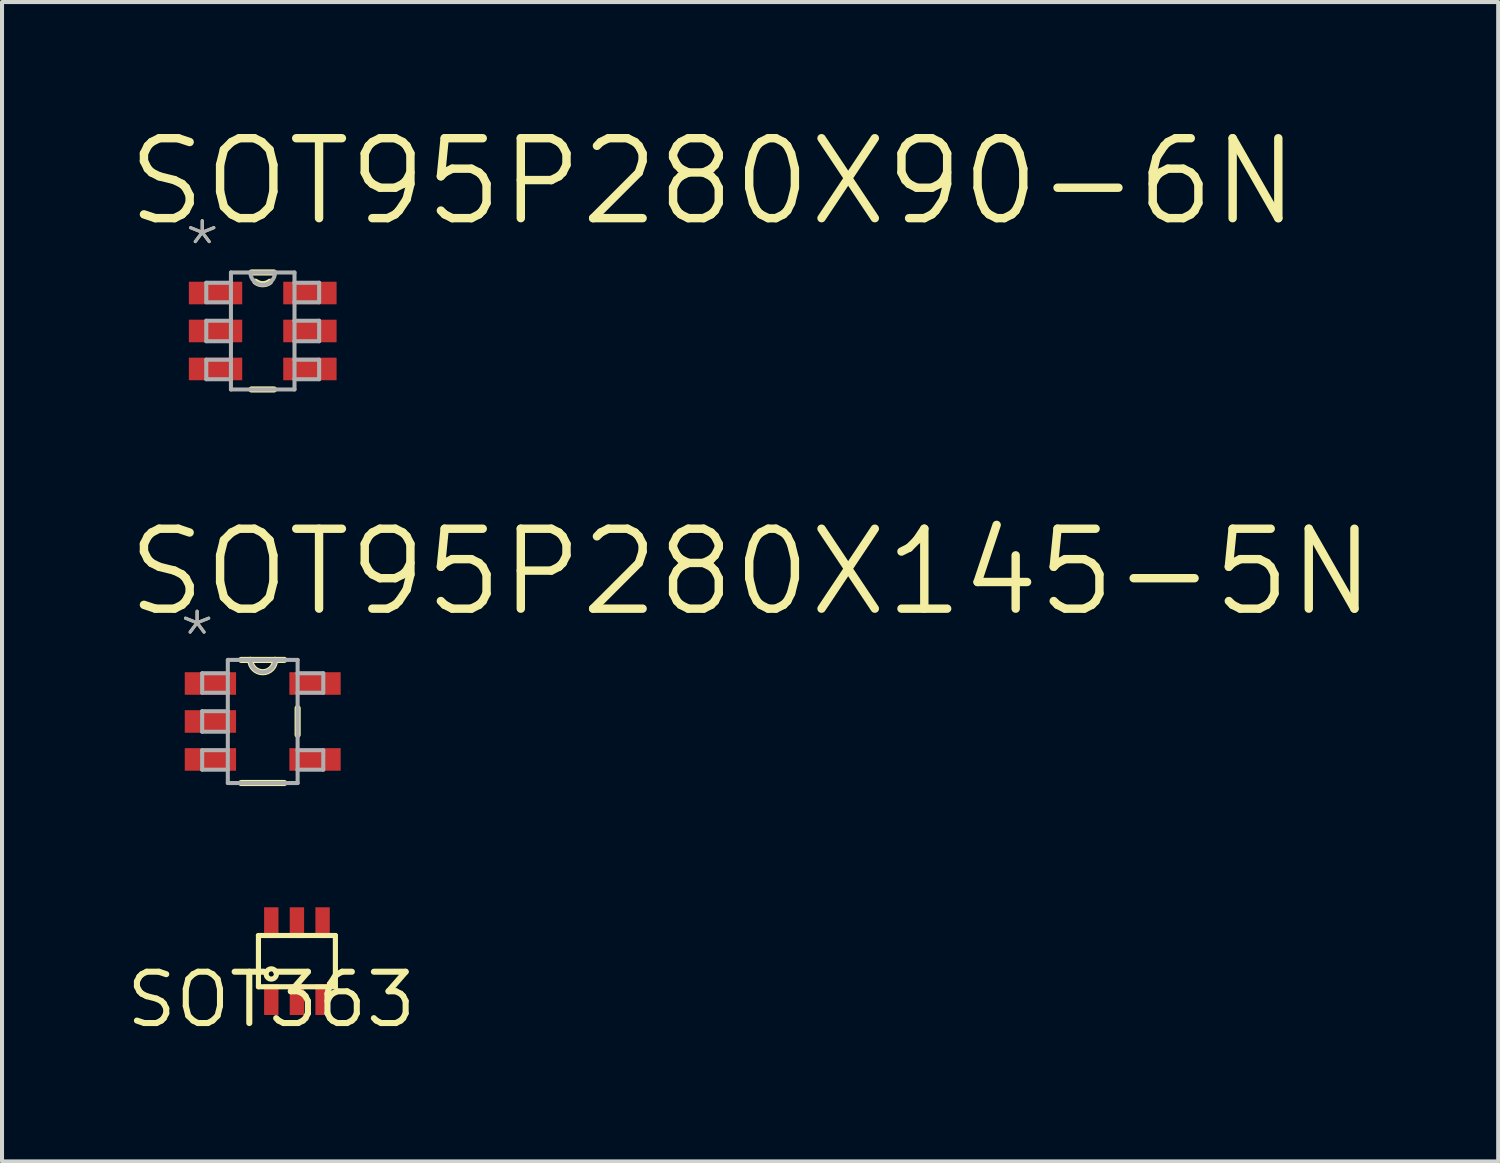
<source format=kicad_pcb>
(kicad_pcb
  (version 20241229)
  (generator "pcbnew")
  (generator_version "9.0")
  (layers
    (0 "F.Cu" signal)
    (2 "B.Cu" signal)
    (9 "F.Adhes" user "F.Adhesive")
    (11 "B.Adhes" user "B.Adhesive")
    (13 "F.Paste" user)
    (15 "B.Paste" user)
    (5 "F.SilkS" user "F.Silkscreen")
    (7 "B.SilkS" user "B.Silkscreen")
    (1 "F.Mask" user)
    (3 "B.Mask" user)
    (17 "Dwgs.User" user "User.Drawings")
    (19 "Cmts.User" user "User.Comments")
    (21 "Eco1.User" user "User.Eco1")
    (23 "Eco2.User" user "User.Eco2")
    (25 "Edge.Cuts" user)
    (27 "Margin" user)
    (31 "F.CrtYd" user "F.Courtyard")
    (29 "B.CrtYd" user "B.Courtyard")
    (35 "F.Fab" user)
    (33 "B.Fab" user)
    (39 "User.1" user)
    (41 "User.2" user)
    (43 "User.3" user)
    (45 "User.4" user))
  (footprint "SOT95P280X90-6N"
    (layer "F.Cu")
    (at 3.454 5.144)
    (property "Reference" "SOT95P280X90-6N" (at -3.454 -2.54 0) (layer "F.SilkS") (effects (font (size 1.979 1.979) (thickness 0.208)) (justify left bottom)))
    (attr through_hole)
    (fp_line (start -0.279 1.448) (end 0.279 1.448) (stroke (width 0.152) (type solid)) (layer "F.SilkS"))
    (fp_line (start 0.279 -1.448) (end -0.279 -1.448) (stroke (width 0.152) (type solid)) (layer "F.SilkS"))
    (fp_arc (start 0.1778 -1.2192) (mid 0 -1.157978) (end -0.177799 -1.2192) (stroke (width 0.1524) (type solid)) (layer "F.SilkS"))
    (fp_line (start -1.397 -1.194) (end -1.397 -0.711) (stroke (width 0.1) (type solid)) (layer "F.Fab"))
    (fp_line (start -1.397 -0.711) (end -0.787 -0.711) (stroke (width 0.1) (type solid)) (layer "F.Fab"))
    (fp_line (start -1.397 -0.254) (end -1.397 0.254) (stroke (width 0.1) (type solid)) (layer "F.Fab"))
    (fp_line (start -1.397 0.254) (end -0.787 0.254) (stroke (width 0.1) (type solid)) (layer "F.Fab"))
    (fp_line (start -1.397 0.711) (end -1.397 1.194) (stroke (width 0.1) (type solid)) (layer "F.Fab"))
    (fp_line (start -1.397 1.194) (end -0.787 1.194) (stroke (width 0.1) (type solid)) (layer "F.Fab"))
    (fp_line (start -0.787 -1.448) (end -0.787 -1.194) (stroke (width 0.1) (type solid)) (layer "F.Fab"))
    (fp_line (start -0.787 -1.194) (end -1.397 -1.194) (stroke (width 0.1) (type solid)) (layer "F.Fab"))
    (fp_line (start -0.787 -1.194) (end -0.787 -0.711) (stroke (width 0.1) (type solid)) (layer "F.Fab"))
    (fp_line (start -0.787 -0.711) (end -0.787 -0.254) (stroke (width 0.1) (type solid)) (layer "F.Fab"))
    (fp_line (start -0.787 -0.254) (end -1.397 -0.254) (stroke (width 0.1) (type solid)) (layer "F.Fab"))
    (fp_line (start -0.787 -0.254) (end -0.787 0.254) (stroke (width 0.1) (type solid)) (layer "F.Fab"))
    (fp_line (start -0.787 0.254) (end -0.787 0.711) (stroke (width 0.1) (type solid)) (layer "F.Fab"))
    (fp_line (start -0.787 0.711) (end -1.397 0.711) (stroke (width 0.1) (type solid)) (layer "F.Fab"))
    (fp_line (start -0.787 1.194) (end -0.787 0.711) (stroke (width 0.1) (type solid)) (layer "F.Fab"))
    (fp_line (start -0.787 1.448) (end -0.787 1.194) (stroke (width 0.1) (type solid)) (layer "F.Fab"))
    (fp_line (start -0.787 1.448) (end 0.787 1.448) (stroke (width 0.1) (type solid)) (layer "F.Fab"))
    (fp_line (start -0.305 -1.448) (end -0.787 -1.448) (stroke (width 0.1) (type solid)) (layer "F.Fab"))
    (fp_line (start 0.305 -1.448) (end -0.305 -1.448) (stroke (width 0.1) (type solid)) (layer "F.Fab"))
    (fp_line (start 0.787 -1.448) (end 0.305 -1.448) (stroke (width 0.1) (type solid)) (layer "F.Fab"))
    (fp_line (start 0.787 -1.448) (end 0.787 -1.194) (stroke (width 0.1) (type solid)) (layer "F.Fab"))
    (fp_line (start 0.787 -1.194) (end 0.787 -0.711) (stroke (width 0.1) (type solid)) (layer "F.Fab"))
    (fp_line (start 0.787 -0.711) (end 1.397 -0.711) (stroke (width 0.1) (type solid)) (layer "F.Fab"))
    (fp_line (start 0.787 -0.254) (end 0.787 -0.711) (stroke (width 0.1) (type solid)) (layer "F.Fab"))
    (fp_line (start 0.787 0.254) (end 0.787 -0.254) (stroke (width 0.1) (type solid)) (layer "F.Fab"))
    (fp_line (start 0.787 0.254) (end 1.397 0.254) (stroke (width 0.1) (type solid)) (layer "F.Fab"))
    (fp_line (start 0.787 0.711) (end 0.787 0.254) (stroke (width 0.1) (type solid)) (layer "F.Fab"))
    (fp_line (start 0.787 1.194) (end 0.787 0.711) (stroke (width 0.1) (type solid)) (layer "F.Fab"))
    (fp_line (start 0.787 1.194) (end 1.397 1.194) (stroke (width 0.1) (type solid)) (layer "F.Fab"))
    (fp_line (start 0.787 1.448) (end 0.787 1.194) (stroke (width 0.1) (type solid)) (layer "F.Fab"))
    (fp_line (start 1.397 -1.194) (end 0.787 -1.194) (stroke (width 0.1) (type solid)) (layer "F.Fab"))
    (fp_line (start 1.397 -0.711) (end 1.397 -1.194) (stroke (width 0.1) (type solid)) (layer "F.Fab"))
    (fp_line (start 1.397 -0.254) (end 0.787 -0.254) (stroke (width 0.1) (type solid)) (layer "F.Fab"))
    (fp_line (start 1.397 0.254) (end 1.397 -0.254) (stroke (width 0.1) (type solid)) (layer "F.Fab"))
    (fp_line (start 1.397 0.711) (end 0.787 0.711) (stroke (width 0.1) (type solid)) (layer "F.Fab"))
    (fp_line (start 1.397 1.194) (end 1.397 0.711) (stroke (width 0.1) (type solid)) (layer "F.Fab"))
    (fp_arc (start 0.3048 -1.4478) (mid 0 -1.143) (end -0.3048 -1.4478) (stroke (width 0.1) (type solid)) (layer "F.Fab"))
    (fp_text user "*" (at -2.007 -1.372 0) (layer "F.SilkS") (effects (font (size 1.206 1.206) (thickness 0.076)) (justify left bottom)))
    (fp_text user "*" (at -2.007 -1.372 0) (layer "F.Fab") (effects (font (size 1.206 1.206) (thickness 0.076)) (justify left bottom)))
    (pad "1" smd rect (at -1.168 -0.94) (size 1.321 0.559) (layers "F.Cu" "F.Mask" "F.Paste"))
    (pad "2" smd rect (at -1.168 0) (size 1.321 0.559) (layers "F.Cu" "F.Mask" "F.Paste"))
    (pad "3" smd rect (at -1.168 0.94) (size 1.321 0.559) (layers "F.Cu" "F.Mask" "F.Paste"))
    (pad "4" smd rect (at 1.168 0.94) (size 1.321 0.559) (layers "F.Cu" "F.Mask" "F.Paste"))
    (pad "5" smd rect (at 1.168 0) (size 1.321 0.559) (layers "F.Cu" "F.Mask" "F.Paste"))
    (pad "6" smd rect (at 1.168 -0.94) (size 1.321 0.559) (layers "F.Cu" "F.Mask" "F.Paste")))
  (footprint "SOT95P280X145-5N"
    (layer "F.Cu")
    (at 3.454 14.811)
    (property "Reference" "SOT95P280X145-5N" (at -3.454 -2.54 0) (layer "F.SilkS") (effects (font (size 1.979 1.979) (thickness 0.208)) (justify left bottom)))
    (attr through_hole)
    (fp_line (start -0.533 1.524) (end 0.533 1.524) (stroke (width 0.152) (type solid)) (layer "F.SilkS"))
    (fp_line (start -0.305 -1.524) (end -0.533 -1.524) (stroke (width 0.152) (type solid)) (layer "F.SilkS"))
    (fp_line (start 0.305 -1.524) (end -0.305 -1.524) (stroke (width 0.152) (type solid)) (layer "F.SilkS"))
    (fp_line (start 0.533 -1.524) (end 0.305 -1.524) (stroke (width 0.152) (type solid)) (layer "F.SilkS"))
    (fp_line (start 0.864 0.33) (end 0.864 -0.33) (stroke (width 0.152) (type solid)) (layer "F.SilkS"))
    (fp_arc (start 0.3048 -1.524) (mid 0 -1.2192) (end -0.3048 -1.524) (stroke (width 0.1524) (type solid)) (layer "F.SilkS"))
    (fp_line (start -1.499 -1.194) (end -1.499 -0.711) (stroke (width 0.1) (type solid)) (layer "F.Fab"))
    (fp_line (start -1.499 -0.711) (end -0.864 -0.711) (stroke (width 0.1) (type solid)) (layer "F.Fab"))
    (fp_line (start -1.499 -0.254) (end -1.499 0.254) (stroke (width 0.1) (type solid)) (layer "F.Fab"))
    (fp_line (start -1.499 0.254) (end -0.864 0.254) (stroke (width 0.1) (type solid)) (layer "F.Fab"))
    (fp_line (start -1.499 0.711) (end -1.499 1.194) (stroke (width 0.1) (type solid)) (layer "F.Fab"))
    (fp_line (start -1.499 1.194) (end -0.864 1.194) (stroke (width 0.1) (type solid)) (layer "F.Fab"))
    (fp_line (start -0.864 -1.524) (end -0.864 -1.194) (stroke (width 0.1) (type solid)) (layer "F.Fab"))
    (fp_line (start -0.864 -1.194) (end -1.499 -1.194) (stroke (width 0.1) (type solid)) (layer "F.Fab"))
    (fp_line (start -0.864 -1.194) (end -0.864 -0.711) (stroke (width 0.1) (type solid)) (layer "F.Fab"))
    (fp_line (start -0.864 -0.711) (end -0.864 -0.254) (stroke (width 0.1) (type solid)) (layer "F.Fab"))
    (fp_line (start -0.864 -0.254) (end -1.499 -0.254) (stroke (width 0.1) (type solid)) (layer "F.Fab"))
    (fp_line (start -0.864 -0.254) (end -0.864 0.254) (stroke (width 0.1) (type solid)) (layer "F.Fab"))
    (fp_line (start -0.864 0.254) (end -0.864 0.711) (stroke (width 0.1) (type solid)) (layer "F.Fab"))
    (fp_line (start -0.864 0.711) (end -1.499 0.711) (stroke (width 0.1) (type solid)) (layer "F.Fab"))
    (fp_line (start -0.864 1.194) (end -0.864 0.711) (stroke (width 0.1) (type solid)) (layer "F.Fab"))
    (fp_line (start -0.864 1.524) (end -0.864 1.194) (stroke (width 0.1) (type solid)) (layer "F.Fab"))
    (fp_line (start -0.864 1.524) (end 0.864 1.524) (stroke (width 0.1) (type solid)) (layer "F.Fab"))
    (fp_line (start -0.305 -1.524) (end -0.864 -1.524) (stroke (width 0.1) (type solid)) (layer "F.Fab"))
    (fp_line (start 0.305 -1.524) (end -0.305 -1.524) (stroke (width 0.1) (type solid)) (layer "F.Fab"))
    (fp_line (start 0.864 -1.524) (end 0.305 -1.524) (stroke (width 0.1) (type solid)) (layer "F.Fab"))
    (fp_line (start 0.864 -1.524) (end 0.864 -1.194) (stroke (width 0.1) (type solid)) (layer "F.Fab"))
    (fp_line (start 0.864 -1.194) (end 0.864 -0.711) (stroke (width 0.1) (type solid)) (layer "F.Fab"))
    (fp_line (start 0.864 -0.711) (end 1.499 -0.711) (stroke (width 0.1) (type solid)) (layer "F.Fab"))
    (fp_line (start 0.864 0.711) (end 0.864 -0.711) (stroke (width 0.1) (type solid)) (layer "F.Fab"))
    (fp_line (start 0.864 1.194) (end 0.864 0.711) (stroke (width 0.1) (type solid)) (layer "F.Fab"))
    (fp_line (start 0.864 1.194) (end 1.499 1.194) (stroke (width 0.1) (type solid)) (layer "F.Fab"))
    (fp_line (start 0.864 1.524) (end 0.864 1.194) (stroke (width 0.1) (type solid)) (layer "F.Fab"))
    (fp_line (start 1.499 -1.194) (end 0.864 -1.194) (stroke (width 0.1) (type solid)) (layer "F.Fab"))
    (fp_line (start 1.499 -0.711) (end 1.499 -1.194) (stroke (width 0.1) (type solid)) (layer "F.Fab"))
    (fp_line (start 1.499 0.711) (end 0.864 0.711) (stroke (width 0.1) (type solid)) (layer "F.Fab"))
    (fp_line (start 1.499 1.194) (end 1.499 0.711) (stroke (width 0.1) (type solid)) (layer "F.Fab"))
    (fp_arc (start 0.3048 -1.524) (mid 0 -1.2192) (end -0.3048 -1.524) (stroke (width 0.1) (type solid)) (layer "F.Fab"))
    (fp_text user "*" (at -2.134 -1.372 0) (layer "F.SilkS") (effects (font (size 1.206 1.206) (thickness 0.076)) (justify left bottom)))
    (fp_text user "*" (at -2.134 -1.372 0) (layer "F.Fab") (effects (font (size 1.206 1.206) (thickness 0.076)) (justify left bottom)))
    (pad "1" smd rect (at -1.295 -0.94) (size 1.27 0.559) (layers "F.Cu" "F.Mask" "F.Paste"))
    (pad "2" smd rect (at -1.295 0) (size 1.27 0.559) (layers "F.Cu" "F.Mask" "F.Paste"))
    (pad "3" smd rect (at -1.295 0.94) (size 1.27 0.559) (layers "F.Cu" "F.Mask" "F.Paste"))
    (pad "4" smd rect (at 1.295 0.94) (size 1.27 0.559) (layers "F.Cu" "F.Mask" "F.Paste"))
    (pad "5" smd rect (at 1.295 -0.94) (size 1.27 0.559) (layers "F.Cu" "F.Mask" "F.Paste")))
  (footprint "SOT363"
    (layer "F.Cu")
    (at 3.666 21.697)
    (property "Reference" "SOT363" (at 0 0 0) (layer "F.SilkS") (effects (font (size 1.27 1.27) (thickness 0.15))))
    (attr through_hole)
    (fp_line (start -0.318 -1.587) (end -0.318 -0.318) (stroke (width 0.127) (type solid)) (layer "F.SilkS"))
    (fp_line (start -0.318 -0.318) (end 1.587 -0.318) (stroke (width 0.127) (type solid)) (layer "F.SilkS"))
    (fp_line (start 1.587 -1.587) (end -0.318 -1.587) (stroke (width 0.127) (type solid)) (layer "F.SilkS"))
    (fp_line (start 1.587 -0.318) (end 1.587 -1.587) (stroke (width 0.127) (type solid)) (layer "F.SilkS"))
    (fp_circle (center 0 -0.635) (end 0.127 -0.635) (stroke (width 0.127) (type solid)) (fill no) (layer "F.SilkS"))
    (pad "P$1" smd rect (at 0 0 180) (size 0.356 0.762) (layers "F.Cu" "F.Mask" "F.Paste"))
    (pad "P$2" smd rect (at 0.635 0 180) (size 0.356 0.762) (layers "F.Cu" "F.Mask" "F.Paste"))
    (pad "P$3" smd rect (at 1.27 0 180) (size 0.356 0.762) (layers "F.Cu" "F.Mask" "F.Paste"))
    (pad "P$4" smd rect (at 1.27 -1.905 180) (size 0.356 0.762) (layers "F.Cu" "F.Mask" "F.Paste"))
    (pad "P$5" smd rect (at 0.635 -1.905) (size 0.356 0.762) (layers "F.Cu" "F.Mask" "F.Paste"))
    (pad "P$6" smd rect (at 0 -1.905 180) (size 0.356 0.762) (layers "F.Cu" "F.Mask" "F.Paste")))
  (gr_rect
    (start -3 -3)
    (end 34.04 25.703)
    (stroke (width 0.1) (type default))
    (fill no)
    (layer "Edge.Cuts")))
</source>
